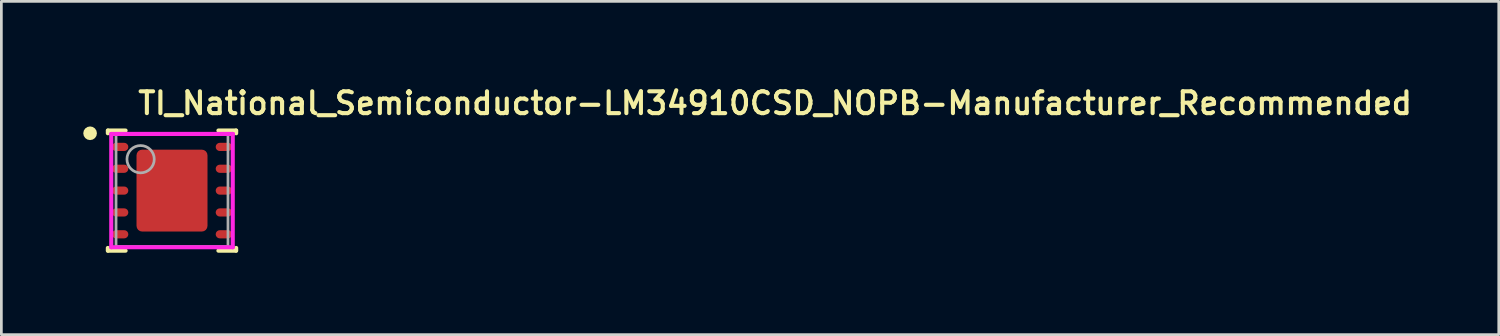
<source format=kicad_pcb>
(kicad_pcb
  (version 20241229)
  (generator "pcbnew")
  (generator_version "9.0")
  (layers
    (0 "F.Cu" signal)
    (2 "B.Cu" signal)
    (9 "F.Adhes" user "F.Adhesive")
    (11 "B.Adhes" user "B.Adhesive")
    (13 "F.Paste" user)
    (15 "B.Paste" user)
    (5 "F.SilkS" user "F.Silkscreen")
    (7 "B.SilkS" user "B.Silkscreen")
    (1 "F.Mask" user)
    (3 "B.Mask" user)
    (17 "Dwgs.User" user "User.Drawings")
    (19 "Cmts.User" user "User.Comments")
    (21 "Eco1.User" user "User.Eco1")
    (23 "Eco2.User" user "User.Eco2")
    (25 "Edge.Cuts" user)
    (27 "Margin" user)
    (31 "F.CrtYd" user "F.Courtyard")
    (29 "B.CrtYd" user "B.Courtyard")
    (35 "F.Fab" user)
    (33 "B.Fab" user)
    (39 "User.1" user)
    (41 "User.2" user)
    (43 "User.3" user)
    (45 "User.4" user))
  (footprint "TI_National_Semiconductor-LM34910CSD_NOPB-Manufacturer_Recommended"
    (layer "F.Cu")
    (at 3.25 3.931)
    (property "Reference" "TI_National_Semiconductor-LM34910CSD_NOPB-Manufacturer_Recommended" (at -1.324 -3.2 0) (layer "F.SilkS") (effects (font (size 0.8 0.8) (thickness 0.15)) (justify left)))
    (attr through_hole)
    (fp_line (start -2.35 -2.1) (end -2.35 -2.2) (stroke (width 0.15) (type solid)) (layer "F.SilkS"))
    (fp_line (start -2.35 2.2) (end -2.35 2.1) (stroke (width 0.15) (type solid)) (layer "F.SilkS"))
    (fp_line (start -2.345 -2.2) (end -1.7 -2.2) (stroke (width 0.15) (type solid)) (layer "F.SilkS"))
    (fp_line (start -2.345 2.2) (end -1.7 2.2) (stroke (width 0.15) (type solid)) (layer "F.SilkS"))
    (fp_line (start 1.7 -2.2) (end 2.345 -2.2) (stroke (width 0.15) (type solid)) (layer "F.SilkS"))
    (fp_line (start 1.7 2.2) (end 2.345 2.2) (stroke (width 0.15) (type solid)) (layer "F.SilkS"))
    (fp_line (start 2.35 -2.1) (end 2.35 -2.2) (stroke (width 0.15) (type solid)) (layer "F.SilkS"))
    (fp_line (start 2.35 2.2) (end 2.35 2.1) (stroke (width 0.15) (type solid)) (layer "F.SilkS"))
    (fp_circle (center -3 -2.1) (end -2.875 -2.1) (stroke (width 0.25) (type solid)) (fill no) (layer "F.SilkS"))
    (fp_poly (pts (xy -2.4 -1.75) (xy -1.7 -1.75) (xy -1.7 -1.45) (xy -2.4 -1.45)) (stroke (width 0) (type solid)) (fill yes) (layer "F.Paste"))
    (fp_poly (pts (xy -2.4 -0.95) (xy -1.7 -0.95) (xy -1.7 -0.65) (xy -2.4 -0.65)) (stroke (width 0) (type solid)) (fill yes) (layer "F.Paste"))
    (fp_poly (pts (xy -2.4 -0.15) (xy -1.7 -0.15) (xy -1.7 0.15) (xy -2.4 0.15)) (stroke (width 0) (type solid)) (fill yes) (layer "F.Paste"))
    (fp_poly (pts (xy -2.4 0.65) (xy -1.7 0.65) (xy -1.7 0.95) (xy -2.4 0.95)) (stroke (width 0) (type solid)) (fill yes) (layer "F.Paste"))
    (fp_poly (pts (xy -2.4 1.45) (xy -1.7 1.45) (xy -1.7 1.75) (xy -2.4 1.75)) (stroke (width 0) (type solid)) (fill yes) (layer "F.Paste"))
    (fp_poly (pts (xy -0.1 -0.1) (xy -1.2 -0.1) (xy -1.2 -1.4) (xy -0.1 -1.4)) (stroke (width 0) (type solid)) (fill yes) (layer "F.Paste"))
    (fp_poly (pts (xy -0.1 1.4) (xy -1.2 1.4) (xy -1.2 0.1) (xy -0.1 0.1)) (stroke (width 0) (type solid)) (fill yes) (layer "F.Paste"))
    (fp_poly (pts (xy 0.1 -1.4) (xy 1.2 -1.4) (xy 1.2 -0.1) (xy 0.1 -0.1)) (stroke (width 0) (type solid)) (fill yes) (layer "F.Paste"))
    (fp_poly (pts (xy 0.1 0.1) (xy 1.2 0.1) (xy 1.2 1.4) (xy 0.1 1.4)) (stroke (width 0) (type solid)) (fill yes) (layer "F.Paste"))
    (fp_poly (pts (xy 2.4 -1.45) (xy 1.7 -1.45) (xy 1.7 -1.75) (xy 2.4 -1.75)) (stroke (width 0) (type solid)) (fill yes) (layer "F.Paste"))
    (fp_poly (pts (xy 2.4 -0.65) (xy 1.7 -0.65) (xy 1.7 -0.95) (xy 2.4 -0.95)) (stroke (width 0) (type solid)) (fill yes) (layer "F.Paste"))
    (fp_poly (pts (xy 2.4 0.15) (xy 1.7 0.15) (xy 1.7 -0.15) (xy 2.4 -0.15)) (stroke (width 0) (type solid)) (fill yes) (layer "F.Paste"))
    (fp_poly (pts (xy 2.4 0.95) (xy 1.7 0.95) (xy 1.7 0.65) (xy 2.4 0.65)) (stroke (width 0) (type solid)) (fill yes) (layer "F.Paste"))
    (fp_poly (pts (xy 2.4 1.75) (xy 1.7 1.75) (xy 1.7 1.45) (xy 2.4 1.45)) (stroke (width 0) (type solid)) (fill yes) (layer "F.Paste"))
    (fp_poly (pts (xy -2.125 -0.824) (xy -2.125 -0.816) (xy -2.124 -0.809) (xy -2.122 -0.801) (xy -2.12 -0.793) (xy -2.117 -0.786) (xy -2.114 -0.779) (xy -2.11 -0.772) (xy -2.106 -0.766) (xy -2.101 -0.76) (xy -2.096 -0.754) (xy -2.09 -0.749) (xy -2.084 -0.744) (xy -2.078 -0.74) (xy -2.071 -0.736) (xy -2.064 -0.733) (xy -2.057 -0.73) (xy -2.049 -0.728) (xy -2.041 -0.726) (xy -2.034 -0.725) (xy -2.026 -0.725) (xy -1.774 -0.725) (xy -1.766 -0.725) (xy -1.759 -0.726) (xy -1.751 -0.728) (xy -1.743 -0.73) (xy -1.736 -0.733) (xy -1.729 -0.736) (xy -1.722 -0.74) (xy -1.716 -0.744) (xy -1.71 -0.749) (xy -1.704 -0.754) (xy -1.699 -0.76) (xy -1.694 -0.766) (xy -1.69 -0.772) (xy -1.686 -0.779) (xy -1.683 -0.786) (xy -1.68 -0.793) (xy -1.678 -0.801) (xy -1.676 -0.809) (xy -1.675 -0.816) (xy -1.675 -0.824) (xy -1.675 -0.776) (xy -1.675 -0.784) (xy -1.676 -0.791) (xy -1.678 -0.799) (xy -1.68 -0.807) (xy -1.683 -0.814) (xy -1.686 -0.821) (xy -1.69 -0.828) (xy -1.694 -0.834) (xy -1.699 -0.84) (xy -1.704 -0.846) (xy -1.71 -0.851) (xy -1.716 -0.856) (xy -1.722 -0.86) (xy -1.729 -0.864) (xy -1.736 -0.867) (xy -1.743 -0.87) (xy -1.751 -0.872) (xy -1.759 -0.874) (xy -1.766 -0.875) (xy -1.774 -0.875) (xy -2.026 -0.875) (xy -2.034 -0.875) (xy -2.041 -0.874) (xy -2.049 -0.872) (xy -2.057 -0.87) (xy -2.064 -0.867) (xy -2.071 -0.864) (xy -2.078 -0.86) (xy -2.084 -0.856) (xy -2.09 -0.851) (xy -2.096 -0.846) (xy -2.101 -0.84) (xy -2.106 -0.834) (xy -2.11 -0.828) (xy -2.114 -0.821) (xy -2.117 -0.814) (xy -2.12 -0.807) (xy -2.122 -0.799) (xy -2.124 -0.791) (xy -2.125 -0.784) (xy -2.125 -0.776) (xy -2.125 -0.824)) (stroke (width 0) (type solid)) (fill yes) (layer "F.Paste"))
    (fp_poly (pts (xy -2.125 0.776) (xy -2.125 0.784) (xy -2.124 0.791) (xy -2.122 0.799) (xy -2.12 0.807) (xy -2.117 0.814) (xy -2.114 0.821) (xy -2.11 0.828) (xy -2.106 0.834) (xy -2.101 0.84) (xy -2.096 0.846) (xy -2.09 0.851) (xy -2.084 0.856) (xy -2.078 0.86) (xy -2.071 0.864) (xy -2.064 0.867) (xy -2.057 0.87) (xy -2.049 0.872) (xy -2.041 0.874) (xy -2.034 0.875) (xy -2.026 0.875) (xy -1.774 0.875) (xy -1.766 0.875) (xy -1.759 0.874) (xy -1.751 0.872) (xy -1.743 0.87) (xy -1.736 0.867) (xy -1.729 0.864) (xy -1.722 0.86) (xy -1.716 0.856) (xy -1.71 0.851) (xy -1.704 0.846) (xy -1.699 0.84) (xy -1.694 0.834) (xy -1.69 0.828) (xy -1.686 0.821) (xy -1.683 0.814) (xy -1.68 0.807) (xy -1.678 0.799) (xy -1.676 0.791) (xy -1.675 0.784) (xy -1.675 0.776) (xy -1.675 0.824) (xy -1.675 0.816) (xy -1.676 0.809) (xy -1.678 0.801) (xy -1.68 0.793) (xy -1.683 0.786) (xy -1.686 0.779) (xy -1.69 0.772) (xy -1.694 0.766) (xy -1.699 0.76) (xy -1.704 0.754) (xy -1.71 0.749) (xy -1.716 0.744) (xy -1.722 0.74) (xy -1.729 0.736) (xy -1.736 0.733) (xy -1.743 0.73) (xy -1.751 0.728) (xy -1.759 0.726) (xy -1.766 0.725) (xy -1.774 0.725) (xy -2.026 0.725) (xy -2.034 0.725) (xy -2.041 0.726) (xy -2.049 0.728) (xy -2.057 0.73) (xy -2.064 0.733) (xy -2.071 0.736) (xy -2.078 0.74) (xy -2.084 0.744) (xy -2.09 0.749) (xy -2.096 0.754) (xy -2.101 0.76) (xy -2.106 0.766) (xy -2.11 0.772) (xy -2.114 0.779) (xy -2.117 0.786) (xy -2.12 0.793) (xy -2.122 0.801) (xy -2.124 0.809) (xy -2.125 0.816) (xy -2.125 0.824) (xy -2.125 0.776)) (stroke (width 0) (type solid)) (fill yes) (layer "F.Paste"))
    (fp_poly (pts (xy -2.026 -1.675) (xy -2.034 -1.675) (xy -2.041 -1.674) (xy -2.049 -1.672) (xy -2.057 -1.67) (xy -2.064 -1.667) (xy -2.071 -1.664) (xy -2.078 -1.66) (xy -2.084 -1.656) (xy -2.09 -1.651) (xy -2.096 -1.646) (xy -2.101 -1.64) (xy -2.106 -1.634) (xy -2.11 -1.628) (xy -2.114 -1.621) (xy -2.117 -1.614) (xy -2.12 -1.607) (xy -2.122 -1.599) (xy -2.124 -1.591) (xy -2.125 -1.584) (xy -2.125 -1.576) (xy -2.125 -1.624) (xy -2.125 -1.616) (xy -2.124 -1.609) (xy -2.122 -1.601) (xy -2.12 -1.593) (xy -2.117 -1.586) (xy -2.114 -1.579) (xy -2.11 -1.572) (xy -2.106 -1.566) (xy -2.101 -1.56) (xy -2.096 -1.554) (xy -2.09 -1.549) (xy -2.084 -1.544) (xy -2.078 -1.54) (xy -2.071 -1.536) (xy -2.064 -1.533) (xy -2.057 -1.53) (xy -2.049 -1.528) (xy -2.041 -1.526) (xy -2.034 -1.525) (xy -2.026 -1.525) (xy -1.774 -1.525) (xy -1.766 -1.525) (xy -1.759 -1.526) (xy -1.751 -1.528) (xy -1.743 -1.53) (xy -1.736 -1.533) (xy -1.729 -1.536) (xy -1.722 -1.54) (xy -1.716 -1.544) (xy -1.71 -1.549) (xy -1.704 -1.554) (xy -1.699 -1.56) (xy -1.694 -1.566) (xy -1.69 -1.572) (xy -1.686 -1.579) (xy -1.683 -1.586) (xy -1.68 -1.593) (xy -1.678 -1.601) (xy -1.676 -1.609) (xy -1.675 -1.616) (xy -1.675 -1.624) (xy -1.675 -1.576) (xy -1.675 -1.584) (xy -1.676 -1.591) (xy -1.678 -1.599) (xy -1.68 -1.607) (xy -1.683 -1.614) (xy -1.686 -1.621) (xy -1.69 -1.628) (xy -1.694 -1.634) (xy -1.699 -1.64) (xy -1.704 -1.646) (xy -1.71 -1.651) (xy -1.716 -1.656) (xy -1.722 -1.66) (xy -1.729 -1.664) (xy -1.736 -1.667) (xy -1.743 -1.67) (xy -1.751 -1.672) (xy -1.759 -1.674) (xy -1.766 -1.675) (xy -1.774 -1.675) (xy -2.026 -1.675)) (stroke (width 0) (type solid)) (fill yes) (layer "F.Paste"))
    (fp_poly (pts (xy -2.026 1.525) (xy -2.034 1.525) (xy -2.041 1.526) (xy -2.049 1.528) (xy -2.057 1.53) (xy -2.064 1.533) (xy -2.071 1.536) (xy -2.078 1.54) (xy -2.084 1.544) (xy -2.09 1.549) (xy -2.096 1.554) (xy -2.101 1.56) (xy -2.106 1.566) (xy -2.11 1.572) (xy -2.114 1.579) (xy -2.117 1.586) (xy -2.12 1.593) (xy -2.122 1.601) (xy -2.124 1.609) (xy -2.125 1.616) (xy -2.125 1.624) (xy -2.125 1.576) (xy -2.125 1.584) (xy -2.124 1.591) (xy -2.122 1.599) (xy -2.12 1.607) (xy -2.117 1.614) (xy -2.114 1.621) (xy -2.11 1.628) (xy -2.106 1.634) (xy -2.101 1.64) (xy -2.096 1.646) (xy -2.09 1.651) (xy -2.084 1.656) (xy -2.078 1.66) (xy -2.071 1.664) (xy -2.064 1.667) (xy -2.057 1.67) (xy -2.049 1.672) (xy -2.041 1.674) (xy -2.034 1.675) (xy -2.026 1.675) (xy -1.774 1.675) (xy -1.766 1.675) (xy -1.759 1.674) (xy -1.751 1.672) (xy -1.743 1.67) (xy -1.736 1.667) (xy -1.729 1.664) (xy -1.722 1.66) (xy -1.716 1.656) (xy -1.71 1.651) (xy -1.704 1.646) (xy -1.699 1.64) (xy -1.694 1.634) (xy -1.69 1.628) (xy -1.686 1.621) (xy -1.683 1.614) (xy -1.68 1.607) (xy -1.678 1.599) (xy -1.676 1.591) (xy -1.675 1.584) (xy -1.675 1.576) (xy -1.675 1.624) (xy -1.675 1.616) (xy -1.676 1.609) (xy -1.678 1.601) (xy -1.68 1.593) (xy -1.683 1.586) (xy -1.686 1.579) (xy -1.69 1.572) (xy -1.694 1.566) (xy -1.699 1.56) (xy -1.704 1.554) (xy -1.71 1.549) (xy -1.716 1.544) (xy -1.722 1.54) (xy -1.729 1.536) (xy -1.736 1.533) (xy -1.743 1.53) (xy -1.751 1.528) (xy -1.759 1.526) (xy -1.766 1.525) (xy -1.774 1.525) (xy -2.026 1.525)) (stroke (width 0) (type solid)) (fill yes) (layer "F.Paste"))
    (fp_poly (pts (xy -1.774 0.075) (xy -1.766 0.075) (xy -1.759 0.074) (xy -1.751 0.072) (xy -1.743 0.07) (xy -1.736 0.067) (xy -1.729 0.064) (xy -1.722 0.06) (xy -1.716 0.056) (xy -1.71 0.051) (xy -1.704 0.046) (xy -1.699 0.04) (xy -1.694 0.034) (xy -1.69 0.028) (xy -1.686 0.021) (xy -1.683 0.014) (xy -1.68 0.007) (xy -1.678 -0.001) (xy -1.676 -0.009) (xy -1.675 -0.016) (xy -1.675 -0.024) (xy -1.675 0.024) (xy -1.675 0.016) (xy -1.676 0.009) (xy -1.678 0.001) (xy -1.68 -0.007) (xy -1.683 -0.014) (xy -1.686 -0.021) (xy -1.69 -0.028) (xy -1.694 -0.034) (xy -1.699 -0.04) (xy -1.704 -0.046) (xy -1.71 -0.051) (xy -1.716 -0.056) (xy -1.722 -0.06) (xy -1.729 -0.064) (xy -1.736 -0.067) (xy -1.743 -0.07) (xy -1.751 -0.072) (xy -1.759 -0.074) (xy -1.766 -0.075) (xy -1.774 -0.075) (xy -2.026 -0.075) (xy -2.034 -0.075) (xy -2.041 -0.074) (xy -2.049 -0.072) (xy -2.057 -0.07) (xy -2.064 -0.067) (xy -2.071 -0.064) (xy -2.078 -0.06) (xy -2.084 -0.056) (xy -2.09 -0.051) (xy -2.096 -0.046) (xy -2.101 -0.04) (xy -2.106 -0.034) (xy -2.11 -0.028) (xy -2.114 -0.021) (xy -2.117 -0.014) (xy -2.12 -0.007) (xy -2.122 0.001) (xy -2.124 0.009) (xy -2.125 0.016) (xy -2.125 0.024) (xy -2.125 -0.024) (xy -2.125 -0.016) (xy -2.124 -0.009) (xy -2.122 -0.001) (xy -2.12 0.007) (xy -2.117 0.014) (xy -2.114 0.021) (xy -2.11 0.028) (xy -2.106 0.034) (xy -2.101 0.04) (xy -2.096 0.046) (xy -2.09 0.051) (xy -2.084 0.056) (xy -2.078 0.06) (xy -2.071 0.064) (xy -2.064 0.067) (xy -2.057 0.07) (xy -2.049 0.072) (xy -2.041 0.074) (xy -2.034 0.075) (xy -2.026 0.075) (xy -1.774 0.075)) (stroke (width 0) (type solid)) (fill yes) (layer "F.Paste"))
    (fp_poly (pts (xy -0.546 0.85) (xy 0.546 0.85) (xy 0.554 0.85) (xy 0.562 0.849) (xy 0.57 0.847) (xy 0.578 0.845) (xy 0.586 0.842) (xy 0.593 0.839) (xy 0.6 0.835) (xy 0.607 0.83) (xy 0.614 0.825) (xy 0.62 0.82) (xy 0.625 0.814) (xy 0.63 0.807) (xy 0.635 0.8) (xy 0.639 0.793) (xy 0.642 0.786) (xy 0.645 0.778) (xy 0.647 0.77) (xy 0.649 0.762) (xy 0.65 0.754) (xy 0.65 0.746) (xy 0.65 -0.746) (xy 0.65 -0.754) (xy 0.649 -0.762) (xy 0.647 -0.77) (xy 0.645 -0.778) (xy 0.642 -0.786) (xy 0.639 -0.793) (xy 0.635 -0.8) (xy 0.63 -0.807) (xy 0.625 -0.814) (xy 0.62 -0.82) (xy 0.614 -0.825) (xy 0.607 -0.83) (xy 0.6 -0.835) (xy 0.593 -0.839) (xy 0.586 -0.842) (xy 0.578 -0.845) (xy 0.57 -0.847) (xy 0.562 -0.849) (xy 0.554 -0.85) (xy 0.546 -0.85) (xy -0.546 -0.85) (xy -0.554 -0.85) (xy -0.562 -0.849) (xy -0.57 -0.847) (xy -0.578 -0.845) (xy -0.586 -0.842) (xy -0.593 -0.839) (xy -0.6 -0.835) (xy -0.607 -0.83) (xy -0.614 -0.825) (xy -0.62 -0.82) (xy -0.625 -0.814) (xy -0.63 -0.807) (xy -0.635 -0.8) (xy -0.639 -0.793) (xy -0.642 -0.786) (xy -0.645 -0.778) (xy -0.647 -0.77) (xy -0.649 -0.762) (xy -0.65 -0.754) (xy -0.65 -0.746) (xy -0.65 0.746) (xy -0.65 0.754) (xy -0.649 0.762) (xy -0.647 0.77) (xy -0.645 0.778) (xy -0.642 0.786) (xy -0.639 0.793) (xy -0.635 0.8) (xy -0.63 0.807) (xy -0.625 0.814) (xy -0.619 0.82) (xy -0.613 0.825) (xy -0.607 0.83) (xy -0.6 0.835) (xy -0.593 0.839) (xy -0.586 0.842) (xy -0.578 0.845) (xy -0.57 0.847) (xy -0.562 0.849) (xy -0.554 0.85) (xy -0.546 0.851)) (stroke (width 0) (type solid)) (fill yes) (layer "F.Paste"))
    (fp_poly (pts (xy 1.675 -0.776) (xy 1.675 -0.824) (xy 1.675 -0.816) (xy 1.676 -0.809) (xy 1.678 -0.801) (xy 1.68 -0.793) (xy 1.683 -0.786) (xy 1.686 -0.779) (xy 1.69 -0.772) (xy 1.694 -0.766) (xy 1.699 -0.76) (xy 1.704 -0.754) (xy 1.71 -0.749) (xy 1.716 -0.744) (xy 1.722 -0.74) (xy 1.729 -0.736) (xy 1.736 -0.733) (xy 1.743 -0.73) (xy 1.751 -0.728) (xy 1.759 -0.726) (xy 1.766 -0.725) (xy 1.774 -0.725) (xy 2.026 -0.725) (xy 2.034 -0.725) (xy 2.041 -0.726) (xy 2.049 -0.728) (xy 2.057 -0.73) (xy 2.064 -0.733) (xy 2.071 -0.736) (xy 2.078 -0.74) (xy 2.084 -0.744) (xy 2.09 -0.749) (xy 2.096 -0.754) (xy 2.101 -0.76) (xy 2.106 -0.766) (xy 2.11 -0.772) (xy 2.114 -0.779) (xy 2.117 -0.786) (xy 2.12 -0.793) (xy 2.122 -0.801) (xy 2.124 -0.809) (xy 2.125 -0.816) (xy 2.125 -0.824) (xy 2.125 -0.776) (xy 2.125 -0.784) (xy 2.124 -0.791) (xy 2.122 -0.799) (xy 2.12 -0.807) (xy 2.117 -0.814) (xy 2.114 -0.821) (xy 2.11 -0.828) (xy 2.106 -0.834) (xy 2.101 -0.84) (xy 2.096 -0.846) (xy 2.09 -0.851) (xy 2.084 -0.856) (xy 2.078 -0.86) (xy 2.071 -0.864) (xy 2.064 -0.867) (xy 2.057 -0.87) (xy 2.049 -0.872) (xy 2.041 -0.874) (xy 2.034 -0.875) (xy 2.026 -0.875) (xy 1.774 -0.875) (xy 1.766 -0.875) (xy 1.759 -0.874) (xy 1.751 -0.872) (xy 1.743 -0.87) (xy 1.736 -0.867) (xy 1.729 -0.864) (xy 1.722 -0.86) (xy 1.716 -0.856) (xy 1.71 -0.851) (xy 1.704 -0.846) (xy 1.699 -0.84) (xy 1.694 -0.834) (xy 1.689 -0.828) (xy 1.686 -0.821) (xy 1.682 -0.814) (xy 1.68 -0.807) (xy 1.677 -0.799) (xy 1.676 -0.791) (xy 1.675 -0.784) (xy 1.675 -0.776)) (stroke (width 0) (type solid)) (fill yes) (layer "F.Paste"))
    (fp_poly (pts (xy 1.675 0.024) (xy 1.675 -0.024) (xy 1.675 -0.016) (xy 1.676 -0.009) (xy 1.678 -0.001) (xy 1.68 0.007) (xy 1.683 0.014) (xy 1.686 0.021) (xy 1.69 0.028) (xy 1.694 0.034) (xy 1.699 0.04) (xy 1.704 0.046) (xy 1.71 0.051) (xy 1.716 0.056) (xy 1.722 0.06) (xy 1.729 0.064) (xy 1.736 0.067) (xy 1.743 0.07) (xy 1.751 0.072) (xy 1.759 0.074) (xy 1.766 0.075) (xy 1.774 0.075) (xy 2.026 0.075) (xy 2.034 0.075) (xy 2.041 0.074) (xy 2.049 0.072) (xy 2.057 0.07) (xy 2.064 0.067) (xy 2.071 0.064) (xy 2.078 0.06) (xy 2.084 0.056) (xy 2.09 0.051) (xy 2.096 0.046) (xy 2.101 0.04) (xy 2.106 0.034) (xy 2.11 0.028) (xy 2.114 0.021) (xy 2.117 0.014) (xy 2.12 0.007) (xy 2.122 -0.001) (xy 2.124 -0.009) (xy 2.125 -0.016) (xy 2.125 -0.024) (xy 2.125 0.024) (xy 2.125 0.016) (xy 2.124 0.009) (xy 2.122 0.001) (xy 2.12 -0.007) (xy 2.117 -0.014) (xy 2.114 -0.021) (xy 2.11 -0.028) (xy 2.106 -0.034) (xy 2.101 -0.04) (xy 2.096 -0.046) (xy 2.09 -0.051) (xy 2.084 -0.056) (xy 2.078 -0.06) (xy 2.071 -0.064) (xy 2.064 -0.067) (xy 2.057 -0.07) (xy 2.049 -0.072) (xy 2.041 -0.074) (xy 2.034 -0.075) (xy 2.026 -0.075) (xy 1.774 -0.075) (xy 1.766 -0.075) (xy 1.759 -0.074) (xy 1.751 -0.072) (xy 1.743 -0.07) (xy 1.736 -0.067) (xy 1.729 -0.064) (xy 1.722 -0.06) (xy 1.716 -0.056) (xy 1.71 -0.051) (xy 1.704 -0.046) (xy 1.699 -0.04) (xy 1.694 -0.034) (xy 1.689 -0.028) (xy 1.686 -0.021) (xy 1.682 -0.014) (xy 1.68 -0.007) (xy 1.677 0.001) (xy 1.676 0.009) (xy 1.675 0.016) (xy 1.675 0.024)) (stroke (width 0) (type solid)) (fill yes) (layer "F.Paste"))
    (fp_poly (pts (xy 1.675 0.824) (xy 1.675 0.776) (xy 1.675 0.784) (xy 1.676 0.791) (xy 1.678 0.799) (xy 1.68 0.807) (xy 1.683 0.814) (xy 1.686 0.821) (xy 1.69 0.828) (xy 1.694 0.834) (xy 1.699 0.84) (xy 1.704 0.846) (xy 1.71 0.851) (xy 1.716 0.856) (xy 1.722 0.86) (xy 1.729 0.864) (xy 1.736 0.867) (xy 1.743 0.87) (xy 1.751 0.872) (xy 1.759 0.874) (xy 1.766 0.875) (xy 1.774 0.875) (xy 2.026 0.875) (xy 2.034 0.875) (xy 2.041 0.874) (xy 2.049 0.872) (xy 2.057 0.87) (xy 2.064 0.867) (xy 2.071 0.864) (xy 2.078 0.86) (xy 2.084 0.856) (xy 2.09 0.851) (xy 2.096 0.846) (xy 2.101 0.84) (xy 2.106 0.834) (xy 2.11 0.828) (xy 2.114 0.821) (xy 2.117 0.814) (xy 2.12 0.807) (xy 2.122 0.799) (xy 2.124 0.791) (xy 2.125 0.784) (xy 2.125 0.776) (xy 2.125 0.824) (xy 2.125 0.816) (xy 2.124 0.809) (xy 2.122 0.801) (xy 2.12 0.793) (xy 2.117 0.786) (xy 2.114 0.779) (xy 2.11 0.772) (xy 2.106 0.766) (xy 2.101 0.76) (xy 2.096 0.754) (xy 2.09 0.749) (xy 2.084 0.744) (xy 2.078 0.74) (xy 2.071 0.736) (xy 2.064 0.733) (xy 2.057 0.73) (xy 2.049 0.728) (xy 2.041 0.726) (xy 2.034 0.725) (xy 2.026 0.725) (xy 1.774 0.725) (xy 1.766 0.725) (xy 1.759 0.726) (xy 1.751 0.728) (xy 1.743 0.73) (xy 1.736 0.733) (xy 1.729 0.736) (xy 1.722 0.74) (xy 1.716 0.744) (xy 1.71 0.749) (xy 1.704 0.754) (xy 1.699 0.76) (xy 1.694 0.766) (xy 1.689 0.772) (xy 1.686 0.779) (xy 1.682 0.786) (xy 1.68 0.793) (xy 1.677 0.801) (xy 1.676 0.809) (xy 1.675 0.816) (xy 1.675 0.824)) (stroke (width 0) (type solid)) (fill yes) (layer "F.Paste"))
    (fp_poly (pts (xy 1.675 1.624) (xy 1.675 1.576) (xy 1.675 1.584) (xy 1.676 1.591) (xy 1.678 1.599) (xy 1.68 1.607) (xy 1.683 1.614) (xy 1.686 1.621) (xy 1.69 1.628) (xy 1.694 1.634) (xy 1.699 1.64) (xy 1.704 1.646) (xy 1.71 1.651) (xy 1.716 1.656) (xy 1.722 1.66) (xy 1.729 1.664) (xy 1.736 1.667) (xy 1.743 1.67) (xy 1.751 1.672) (xy 1.759 1.674) (xy 1.766 1.675) (xy 1.774 1.675) (xy 2.026 1.675) (xy 2.034 1.675) (xy 2.041 1.674) (xy 2.049 1.672) (xy 2.057 1.67) (xy 2.064 1.667) (xy 2.071 1.664) (xy 2.078 1.66) (xy 2.084 1.656) (xy 2.09 1.651) (xy 2.096 1.646) (xy 2.101 1.64) (xy 2.106 1.634) (xy 2.11 1.628) (xy 2.114 1.621) (xy 2.117 1.614) (xy 2.12 1.607) (xy 2.122 1.599) (xy 2.124 1.591) (xy 2.125 1.584) (xy 2.125 1.576) (xy 2.125 1.624) (xy 2.125 1.616) (xy 2.124 1.609) (xy 2.122 1.601) (xy 2.12 1.593) (xy 2.117 1.586) (xy 2.114 1.579) (xy 2.11 1.572) (xy 2.106 1.566) (xy 2.101 1.56) (xy 2.096 1.554) (xy 2.09 1.549) (xy 2.084 1.544) (xy 2.078 1.54) (xy 2.071 1.536) (xy 2.064 1.533) (xy 2.057 1.53) (xy 2.049 1.528) (xy 2.041 1.526) (xy 2.034 1.525) (xy 2.026 1.525) (xy 1.774 1.525) (xy 1.766 1.525) (xy 1.759 1.526) (xy 1.751 1.528) (xy 1.743 1.53) (xy 1.736 1.533) (xy 1.729 1.536) (xy 1.722 1.54) (xy 1.716 1.544) (xy 1.71 1.549) (xy 1.704 1.554) (xy 1.699 1.56) (xy 1.694 1.566) (xy 1.689 1.572) (xy 1.686 1.579) (xy 1.682 1.586) (xy 1.68 1.593) (xy 1.677 1.601) (xy 1.676 1.609) (xy 1.675 1.616) (xy 1.675 1.624)) (stroke (width 0) (type solid)) (fill yes) (layer "F.Paste"))
    (fp_poly (pts (xy 1.774 -1.525) (xy 2.026 -1.525) (xy 2.034 -1.525) (xy 2.041 -1.526) (xy 2.049 -1.528) (xy 2.057 -1.53) (xy 2.064 -1.533) (xy 2.071 -1.536) (xy 2.078 -1.54) (xy 2.084 -1.544) (xy 2.09 -1.549) (xy 2.096 -1.554) (xy 2.101 -1.56) (xy 2.106 -1.566) (xy 2.11 -1.572) (xy 2.114 -1.579) (xy 2.117 -1.586) (xy 2.12 -1.593) (xy 2.122 -1.601) (xy 2.124 -1.609) (xy 2.125 -1.616) (xy 2.125 -1.624) (xy 2.125 -1.576) (xy 2.125 -1.584) (xy 2.124 -1.591) (xy 2.122 -1.599) (xy 2.12 -1.607) (xy 2.117 -1.614) (xy 2.114 -1.621) (xy 2.11 -1.628) (xy 2.106 -1.634) (xy 2.101 -1.64) (xy 2.096 -1.646) (xy 2.09 -1.651) (xy 2.084 -1.656) (xy 2.078 -1.66) (xy 2.071 -1.664) (xy 2.064 -1.667) (xy 2.057 -1.67) (xy 2.049 -1.672) (xy 2.041 -1.674) (xy 2.034 -1.675) (xy 2.026 -1.675) (xy 1.774 -1.675) (xy 1.766 -1.675) (xy 1.759 -1.674) (xy 1.751 -1.672) (xy 1.743 -1.67) (xy 1.736 -1.667) (xy 1.729 -1.664) (xy 1.722 -1.66) (xy 1.716 -1.656) (xy 1.71 -1.651) (xy 1.704 -1.646) (xy 1.699 -1.64) (xy 1.694 -1.634) (xy 1.69 -1.628) (xy 1.686 -1.621) (xy 1.683 -1.614) (xy 1.68 -1.607) (xy 1.678 -1.599) (xy 1.676 -1.591) (xy 1.675 -1.584) (xy 1.675 -1.576) (xy 1.675 -1.624) (xy 1.675 -1.616) (xy 1.676 -1.609) (xy 1.678 -1.601) (xy 1.68 -1.593) (xy 1.683 -1.586) (xy 1.686 -1.579) (xy 1.69 -1.572) (xy 1.694 -1.566) (xy 1.699 -1.56) (xy 1.704 -1.554) (xy 1.71 -1.549) (xy 1.716 -1.544) (xy 1.722 -1.54) (xy 1.729 -1.536) (xy 1.736 -1.532) (xy 1.743 -1.53) (xy 1.75 -1.528) (xy 1.758 -1.526) (xy 1.766 -1.525) (xy 1.774 -1.524)) (stroke (width 0) (type solid)) (fill yes) (layer "F.Paste"))
    (fp_line (start -2.225 -2.075) (end -2.225 2.075) (stroke (width 0.15) (type solid)) (layer "F.CrtYd"))
    (fp_line (start -2.225 2.075) (end 2.225 2.075) (stroke (width 0.15) (type solid)) (layer "F.CrtYd"))
    (fp_line (start 2.225 -2.075) (end -2.225 -2.075) (stroke (width 0.15) (type solid)) (layer "F.CrtYd"))
    (fp_line (start 2.225 -2.075) (end 2.225 -2.075) (stroke (width 0.15) (type solid)) (layer "F.CrtYd"))
    (fp_line (start 2.225 2.075) (end 2.225 -2.075) (stroke (width 0.15) (type solid)) (layer "F.CrtYd"))
    (fp_line (start -2.05 -2.05) (end 2.05 -2.05) (stroke (width 0.1) (type solid)) (layer "F.Fab"))
    (fp_line (start -2.05 2.05) (end -2.05 -2.05) (stroke (width 0.1) (type solid)) (layer "F.Fab"))
    (fp_line (start -2.05 2.05) (end 2.05 2.05) (stroke (width 0.1) (type solid)) (layer "F.Fab"))
    (fp_line (start 2.05 2.05) (end 2.05 -2.05) (stroke (width 0.1) (type solid)) (layer "F.Fab"))
    (fp_circle (center -1.15 -1.15) (end -0.65 -1.15) (stroke (width 0.1) (type solid)) (fill no) (layer "F.Fab"))
    (pad "1" smd roundrect (at -1.9 -1.6 90) (size 0.3 0.6) (layers "F.Cu" "F.Mask") (roundrect_rratio 0.5))
    (pad "2" smd roundrect (at -1.9 -0.8 90) (size 0.3 0.6) (layers "F.Cu" "F.Mask") (roundrect_rratio 0.5))
    (pad "3" smd roundrect (at -1.9 0.000001 90) (size 0.3 0.6) (layers "F.Cu" "F.Mask") (roundrect_rratio 0.5))
    (pad "4" smd roundrect (at -1.9 0.8 90) (size 0.3 0.6) (layers "F.Cu" "F.Mask") (roundrect_rratio 0.5))
    (pad "5" smd roundrect (at -1.9 1.6 90) (size 0.3 0.6) (layers "F.Cu" "F.Mask") (roundrect_rratio 0.5))
    (pad "6" smd roundrect (at 1.9 1.6 90) (size 0.3 0.6) (layers "F.Cu" "F.Mask") (roundrect_rratio 0.5))
    (pad "7" smd roundrect (at 1.9 0.8 90) (size 0.3 0.6) (layers "F.Cu" "F.Mask") (roundrect_rratio 0.5))
    (pad "8" smd roundrect (at 1.9 0.000001 90) (size 0.3 0.6) (layers "F.Cu" "F.Mask") (roundrect_rratio 0.5))
    (pad "9" smd roundrect (at 1.9 -0.8 90) (size 0.3 0.6) (layers "F.Cu" "F.Mask") (roundrect_rratio 0.5))
    (pad "10" smd roundrect (at 1.9 -1.6 90) (size 0.3 0.6) (layers "F.Cu" "F.Mask") (roundrect_rratio 0.5))
    (pad "11" smd roundrect (at 0 0.000001 90) (size 3 2.6) (layers "F.Cu" "F.Mask") (roundrect_rratio 0.08)))
  (gr_rect
    (start -3 -3)
    (end 51.845 9.206)
    (stroke (width 0.1) (type default))
    (fill no)
    (layer "Edge.Cuts")))
</source>
